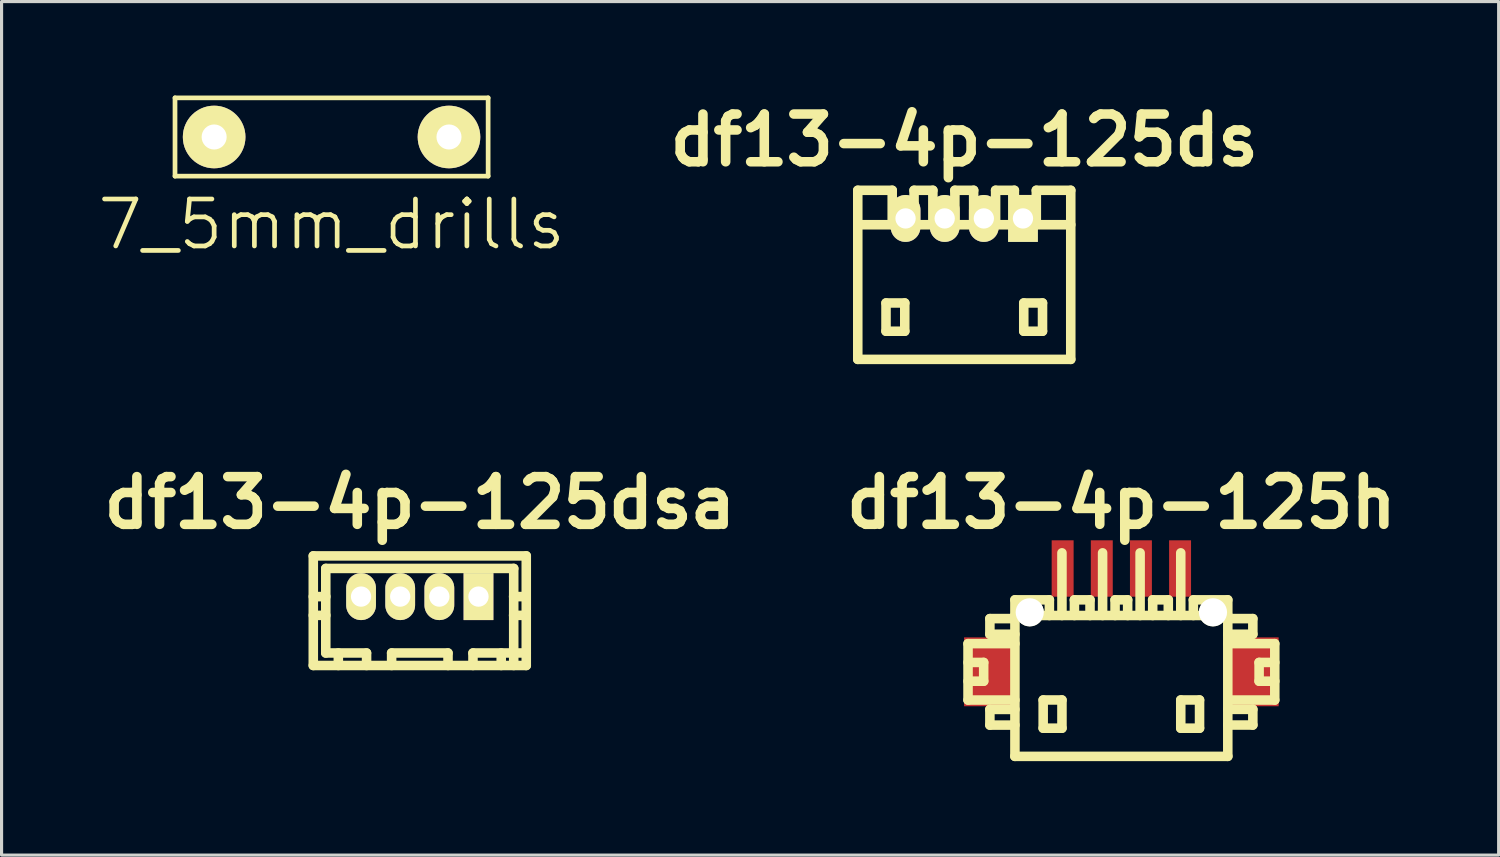
<source format=kicad_pcb>
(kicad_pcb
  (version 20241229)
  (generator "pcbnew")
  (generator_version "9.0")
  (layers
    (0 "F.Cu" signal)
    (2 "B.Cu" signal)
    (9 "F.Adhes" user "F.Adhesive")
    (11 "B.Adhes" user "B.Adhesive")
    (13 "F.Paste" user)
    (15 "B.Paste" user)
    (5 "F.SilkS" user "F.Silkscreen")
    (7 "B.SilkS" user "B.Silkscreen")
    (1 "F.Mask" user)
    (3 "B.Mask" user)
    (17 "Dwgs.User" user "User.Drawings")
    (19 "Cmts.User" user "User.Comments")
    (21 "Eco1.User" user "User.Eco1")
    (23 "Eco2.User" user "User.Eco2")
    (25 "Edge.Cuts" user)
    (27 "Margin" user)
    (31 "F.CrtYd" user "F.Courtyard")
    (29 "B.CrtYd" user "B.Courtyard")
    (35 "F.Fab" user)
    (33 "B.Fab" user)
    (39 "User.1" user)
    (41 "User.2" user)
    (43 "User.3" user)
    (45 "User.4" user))
  (footprint "df13-4p-125dsa"
    (layer "F.Cu")
    (at 10.356 16.003)
    (property "Reference" "df13-4p-125dsa" (at 0 -2.997 0) (layer "F.SilkS") (effects (font (size 1.524 1.524) (thickness 0.305))))
    (attr through_hole)
    (fp_line (start -3.401 -1.3) (end 3.401 -1.3) (stroke (width 0.305) (type solid)) (layer "F.SilkS"))
    (fp_line (start -3.401 2.2) (end -3.401 -1.3) (stroke (width 0.305) (type solid)) (layer "F.SilkS"))
    (fp_line (start -3.002 -0.899) (end -3.002 1.801) (stroke (width 0.305) (type solid)) (layer "F.SilkS"))
    (fp_line (start -3 0) (end -3.401 0) (stroke (width 0.305) (type solid)) (layer "F.SilkS"))
    (fp_line (start -3 0.599) (end -3.401 0.599) (stroke (width 0.305) (type solid)) (layer "F.SilkS"))
    (fp_line (start -2.601 1.801) (end -2.601 2.2) (stroke (width 0.305) (type solid)) (layer "F.SilkS"))
    (fp_line (start -1.999 -0.099) (end -1.801 -0.099) (stroke (width 0.305) (type solid)) (layer "F.SilkS"))
    (fp_line (start -1.999 0.099) (end -1.999 -0.099) (stroke (width 0.305) (type solid)) (layer "F.SilkS"))
    (fp_line (start -1.801 -0.099) (end -1.801 0.099) (stroke (width 0.305) (type solid)) (layer "F.SilkS"))
    (fp_line (start -1.801 0.099) (end -1.999 0.099) (stroke (width 0.305) (type solid)) (layer "F.SilkS"))
    (fp_line (start -1.702 1.801) (end -3.002 1.801) (stroke (width 0.305) (type solid)) (layer "F.SilkS"))
    (fp_line (start -1.699 1.801) (end -1.699 2.2) (stroke (width 0.305) (type solid)) (layer "F.SilkS"))
    (fp_line (start -0.899 1.801) (end 0.899 1.801) (stroke (width 0.305) (type solid)) (layer "F.SilkS"))
    (fp_line (start -0.899 2.2) (end -0.899 1.801) (stroke (width 0.305) (type solid)) (layer "F.SilkS"))
    (fp_line (start -0.701 -0.099) (end -0.5 -0.099) (stroke (width 0.305) (type solid)) (layer "F.SilkS"))
    (fp_line (start -0.701 0.099) (end -0.701 -0.099) (stroke (width 0.305) (type solid)) (layer "F.SilkS"))
    (fp_line (start -0.5 -0.099) (end -0.5 0.099) (stroke (width 0.305) (type solid)) (layer "F.SilkS"))
    (fp_line (start -0.5 0.099) (end -0.701 0.099) (stroke (width 0.305) (type solid)) (layer "F.SilkS"))
    (fp_line (start 0.5 -0.099) (end 0.5 0.099) (stroke (width 0.305) (type solid)) (layer "F.SilkS"))
    (fp_line (start 0.5 0.099) (end 0.701 0.099) (stroke (width 0.305) (type solid)) (layer "F.SilkS"))
    (fp_line (start 0.701 -0.099) (end 0.5 -0.099) (stroke (width 0.305) (type solid)) (layer "F.SilkS"))
    (fp_line (start 0.701 0.099) (end 0.701 -0.099) (stroke (width 0.305) (type solid)) (layer "F.SilkS"))
    (fp_line (start 0.902 2.2) (end 0.902 1.801) (stroke (width 0.305) (type solid)) (layer "F.SilkS"))
    (fp_line (start 1.699 1.801) (end 1.699 2.2) (stroke (width 0.305) (type solid)) (layer "F.SilkS"))
    (fp_line (start 1.699 1.801) (end 3.401 1.801) (stroke (width 0.305) (type solid)) (layer "F.SilkS"))
    (fp_line (start 1.801 -0.099) (end 1.801 0.099) (stroke (width 0.305) (type solid)) (layer "F.SilkS"))
    (fp_line (start 1.801 0.099) (end 1.999 0.099) (stroke (width 0.305) (type solid)) (layer "F.SilkS"))
    (fp_line (start 1.999 -0.099) (end 1.801 -0.099) (stroke (width 0.305) (type solid)) (layer "F.SilkS"))
    (fp_line (start 1.999 0.099) (end 1.999 -0.099) (stroke (width 0.305) (type solid)) (layer "F.SilkS"))
    (fp_line (start 2.601 1.801) (end 2.601 2.2) (stroke (width 0.305) (type solid)) (layer "F.SilkS"))
    (fp_line (start 2.997 0) (end 3.399 0) (stroke (width 0.305) (type solid)) (layer "F.SilkS"))
    (fp_line (start 3 -0.899) (end -3 -0.899) (stroke (width 0.305) (type solid)) (layer "F.SilkS"))
    (fp_line (start 3 -0.899) (end 3 2.2) (stroke (width 0.305) (type solid)) (layer "F.SilkS"))
    (fp_line (start 3.399 0.599) (end 2.997 0.599) (stroke (width 0.305) (type solid)) (layer "F.SilkS"))
    (fp_line (start 3.401 -1.3) (end 3.401 2.2) (stroke (width 0.305) (type solid)) (layer "F.SilkS"))
    (fp_line (start 3.401 2.2) (end -3.401 2.2) (stroke (width 0.305) (type solid)) (layer "F.SilkS"))
    (pad "1" thru_hole rect (at 1.875 0) (size 0.95 1.499) (drill 0.648) (layers "*.Cu" "*.Mask" "F.SilkS"))
    (pad "2" thru_hole oval (at 0.625 0) (size 0.95 1.499) (drill 0.648) (layers "*.Cu" "*.Mask" "F.SilkS"))
    (pad "3" thru_hole oval (at -0.625 0) (size 0.95 1.499) (drill 0.648) (layers "*.Cu" "*.Mask" "F.SilkS"))
    (pad "4" thru_hole oval (at -1.875 0) (size 0.95 1.499) (drill 0.648) (layers "*.Cu" "*.Mask" "F.SilkS")))
  (footprint "df13-4p-125ds"
    (layer "F.Cu")
    (at 27.745 5.727)
    (property "Reference" "df13-4p-125ds" (at 0 -4.3 0) (layer "F.SilkS") (effects (font (size 1.524 1.524) (thickness 0.305))))
    (attr through_hole)
    (fp_line (start -3.401 -1.6) (end 3.401 -1.6) (stroke (width 0.305) (type solid)) (layer "F.SilkS"))
    (fp_line (start -3.401 2.7) (end -3.401 -2.7) (stroke (width 0.305) (type solid)) (layer "F.SilkS"))
    (fp_line (start -3.401 2.7) (end 3.401 2.7) (stroke (width 0.305) (type solid)) (layer "F.SilkS"))
    (fp_line (start -2.499 0.899) (end -2.499 1.801) (stroke (width 0.305) (type solid)) (layer "F.SilkS"))
    (fp_line (start -2.499 1.801) (end -1.9 1.801) (stroke (width 0.305) (type solid)) (layer "F.SilkS"))
    (fp_line (start -2.301 -2.7) (end -3.401 -2.7) (stroke (width 0.305) (type solid)) (layer "F.SilkS"))
    (fp_line (start -2.301 -1.6) (end -2.301 -2.7) (stroke (width 0.305) (type solid)) (layer "F.SilkS"))
    (fp_line (start -1.9 0.899) (end -2.499 0.899) (stroke (width 0.305) (type solid)) (layer "F.SilkS"))
    (fp_line (start -1.9 1.801) (end -1.9 0.899) (stroke (width 0.305) (type solid)) (layer "F.SilkS"))
    (fp_line (start -1.603 -1.6) (end -1.603 -2.7) (stroke (width 0.305) (type solid)) (layer "F.SilkS"))
    (fp_line (start -1.003 -2.7) (end -1.603 -2.7) (stroke (width 0.305) (type solid)) (layer "F.SilkS"))
    (fp_line (start -1.003 -1.6) (end -1.003 -2.7) (stroke (width 0.305) (type solid)) (layer "F.SilkS"))
    (fp_line (start -0.3 -2.7) (end 0.3 -2.7) (stroke (width 0.305) (type solid)) (layer "F.SilkS"))
    (fp_line (start -0.3 -1.6) (end -0.3 -2.7) (stroke (width 0.305) (type solid)) (layer "F.SilkS"))
    (fp_line (start 0.3 -2.7) (end 0.3 -1.6) (stroke (width 0.305) (type solid)) (layer "F.SilkS"))
    (fp_line (start 1.001 -2.7) (end 1.6 -2.7) (stroke (width 0.305) (type solid)) (layer "F.SilkS"))
    (fp_line (start 1.001 -1.6) (end 1.001 -2.7) (stroke (width 0.305) (type solid)) (layer "F.SilkS"))
    (fp_line (start 1.6 -2.7) (end 1.6 -1.6) (stroke (width 0.305) (type solid)) (layer "F.SilkS"))
    (fp_line (start 1.9 0.899) (end 2.499 0.899) (stroke (width 0.305) (type solid)) (layer "F.SilkS"))
    (fp_line (start 1.9 1.801) (end 1.9 0.899) (stroke (width 0.305) (type solid)) (layer "F.SilkS"))
    (fp_line (start 2.301 -1.6) (end 2.301 -2.7) (stroke (width 0.305) (type solid)) (layer "F.SilkS"))
    (fp_line (start 2.499 0.899) (end 2.499 1.801) (stroke (width 0.305) (type solid)) (layer "F.SilkS"))
    (fp_line (start 2.499 1.801) (end 1.9 1.801) (stroke (width 0.305) (type solid)) (layer "F.SilkS"))
    (fp_line (start 3.401 -2.7) (end 2.301 -2.7) (stroke (width 0.305) (type solid)) (layer "F.SilkS"))
    (fp_line (start 3.401 2.7) (end 3.401 -2.7) (stroke (width 0.305) (type solid)) (layer "F.SilkS"))
    (pad "1" thru_hole rect (at 1.875 -1.801) (size 0.95 1.499) (drill 0.648) (layers "*.Cu" "*.Mask" "F.SilkS"))
    (pad "2" thru_hole oval (at 0.625 -1.801) (size 0.95 1.499) (drill 0.648) (layers "*.Cu" "*.Mask" "F.SilkS"))
    (pad "3" thru_hole oval (at -0.625 -1.801) (size 0.95 1.499) (drill 0.648) (layers "*.Cu" "*.Mask" "F.SilkS"))
    (pad "4" thru_hole oval (at -1.875 -1.801) (size 0.95 1.499) (drill 0.648) (layers "*.Cu" "*.Mask" "F.SilkS")))
  (footprint "7_5mm_drills"
    (layer "F.Cu")
    (at 7.539 1.325)
    (property "Reference" "7_5mm_drills" (at 0 2.794 0) (layer "F.SilkS") (effects (font (size 1.5 1.5) (thickness 0.15))))
    (attr through_hole)
    (fp_line (start -5 -1.25) (end 5 -1.25) (stroke (width 0.15) (type solid)) (layer "F.SilkS"))
    (fp_line (start -5 1.25) (end -5 -1.25) (stroke (width 0.15) (type solid)) (layer "F.SilkS"))
    (fp_line (start 5 -1.25) (end 5 1.25) (stroke (width 0.15) (type solid)) (layer "F.SilkS"))
    (fp_line (start 5 1.25) (end -5 1.25) (stroke (width 0.15) (type solid)) (layer "F.SilkS"))
    (pad "1" thru_hole circle (at 3.75 0) (size 1.999 1.999) (drill 0.8) (layers "*.Cu" "*.Mask" "F.SilkS"))
    (pad "2" thru_hole circle (at -3.75 0) (size 1.999 1.999) (drill 0.8) (layers "*.Cu" "*.Mask" "F.SilkS")))
  (footprint "df13-4p-125h"
    (layer "F.Cu")
    (at 32.762 18.606)
    (property "Reference" "df13-4p-125h" (at 0 -5.601 0) (layer "F.SilkS") (effects (font (size 1.524 1.524) (thickness 0.305))))
    (attr through_hole)
    (fp_line (start -4.897 -1.1) (end -4.897 0.701) (stroke (width 0.305) (type solid)) (layer "F.SilkS"))
    (fp_line (start -4.897 0.701) (end -3.399 0.701) (stroke (width 0.305) (type solid)) (layer "F.SilkS"))
    (fp_line (start -4.397 -0.5) (end -4.897 -0.5) (stroke (width 0.305) (type solid)) (layer "F.SilkS"))
    (fp_line (start -4.397 0.099) (end -4.897 0.099) (stroke (width 0.305) (type solid)) (layer "F.SilkS"))
    (fp_line (start -4.397 0.099) (end -4.397 -0.5) (stroke (width 0.305) (type solid)) (layer "F.SilkS"))
    (fp_line (start -4.199 -1.9) (end -4.199 -1.4) (stroke (width 0.305) (type solid)) (layer "F.SilkS"))
    (fp_line (start -4.199 -1.9) (end -3.399 -1.9) (stroke (width 0.305) (type solid)) (layer "F.SilkS"))
    (fp_line (start -4.199 1.001) (end -4.199 1.501) (stroke (width 0.305) (type solid)) (layer "F.SilkS"))
    (fp_line (start -4.199 1.501) (end -3.399 1.501) (stroke (width 0.305) (type solid)) (layer "F.SilkS"))
    (fp_line (start -3.401 -1.999) (end 3.401 -1.999) (stroke (width 0.305) (type solid)) (layer "F.SilkS"))
    (fp_line (start -3.401 2.499) (end 3.401 2.499) (stroke (width 0.305) (type solid)) (layer "F.SilkS"))
    (fp_line (start -3.399 -1.4) (end -4.199 -1.4) (stroke (width 0.305) (type solid)) (layer "F.SilkS"))
    (fp_line (start -3.399 -1.1) (end -4.897 -1.1) (stroke (width 0.305) (type solid)) (layer "F.SilkS"))
    (fp_line (start -3.399 1.001) (end -4.199 1.001) (stroke (width 0.305) (type solid)) (layer "F.SilkS"))
    (fp_line (start -3.399 2.499) (end -3.399 -2.499) (stroke (width 0.305) (type solid)) (layer "F.SilkS"))
    (fp_line (start -2.497 0.699) (end -2.497 1.6) (stroke (width 0.305) (type solid)) (layer "F.SilkS"))
    (fp_line (start -2.497 1.6) (end -1.897 1.6) (stroke (width 0.305) (type solid)) (layer "F.SilkS"))
    (fp_line (start -2.299 -2.499) (end -3.399 -2.499) (stroke (width 0.305) (type solid)) (layer "F.SilkS"))
    (fp_line (start -2.299 -2.499) (end -2.299 -1.999) (stroke (width 0.305) (type solid)) (layer "F.SilkS"))
    (fp_line (start -1.897 -4) (end -1.897 -1.999) (stroke (width 0.305) (type solid)) (layer "F.SilkS"))
    (fp_line (start -1.897 0.699) (end -2.497 0.699) (stroke (width 0.305) (type solid)) (layer "F.SilkS"))
    (fp_line (start -1.897 1.6) (end -1.897 0.699) (stroke (width 0.305) (type solid)) (layer "F.SilkS"))
    (fp_line (start -1.501 -2.499) (end -1.001 -2.499) (stroke (width 0.305) (type solid)) (layer "F.SilkS"))
    (fp_line (start -1.499 -1.999) (end -1.499 -2.499) (stroke (width 0.305) (type solid)) (layer "F.SilkS"))
    (fp_line (start -1.001 -2.499) (end -1.001 -1.999) (stroke (width 0.305) (type solid)) (layer "F.SilkS"))
    (fp_line (start -0.599 -1.999) (end -0.599 -4) (stroke (width 0.305) (type solid)) (layer "F.SilkS"))
    (fp_line (start -0.201 -2.499) (end -0.201 -1.999) (stroke (width 0.305) (type solid)) (layer "F.SilkS"))
    (fp_line (start 0.201 -2.499) (end -0.201 -2.499) (stroke (width 0.305) (type solid)) (layer "F.SilkS"))
    (fp_line (start 0.201 -2.499) (end 0.201 -1.999) (stroke (width 0.305) (type solid)) (layer "F.SilkS"))
    (fp_line (start 0.599 -1.999) (end 0.599 -4) (stroke (width 0.305) (type solid)) (layer "F.SilkS"))
    (fp_line (start 0.998 -2.499) (end 1.499 -2.499) (stroke (width 0.305) (type solid)) (layer "F.SilkS"))
    (fp_line (start 1.001 -1.999) (end 1.001 -2.499) (stroke (width 0.305) (type solid)) (layer "F.SilkS"))
    (fp_line (start 1.499 -2.499) (end 1.499 -1.999) (stroke (width 0.305) (type solid)) (layer "F.SilkS"))
    (fp_line (start 1.897 -1.999) (end 1.897 -4) (stroke (width 0.305) (type solid)) (layer "F.SilkS"))
    (fp_line (start 1.897 0.699) (end 2.497 0.699) (stroke (width 0.305) (type solid)) (layer "F.SilkS"))
    (fp_line (start 1.897 1.6) (end 1.897 0.699) (stroke (width 0.305) (type solid)) (layer "F.SilkS"))
    (fp_line (start 2.299 -2.499) (end 2.299 -1.999) (stroke (width 0.305) (type solid)) (layer "F.SilkS"))
    (fp_line (start 2.497 0.699) (end 2.497 1.6) (stroke (width 0.305) (type solid)) (layer "F.SilkS"))
    (fp_line (start 2.497 1.6) (end 1.897 1.6) (stroke (width 0.305) (type solid)) (layer "F.SilkS"))
    (fp_line (start 3.399 -2.499) (end 2.299 -2.499) (stroke (width 0.305) (type solid)) (layer "F.SilkS"))
    (fp_line (start 3.399 -2.499) (end 3.399 2.499) (stroke (width 0.305) (type solid)) (layer "F.SilkS"))
    (fp_line (start 3.399 -1.9) (end 4.199 -1.9) (stroke (width 0.305) (type solid)) (layer "F.SilkS"))
    (fp_line (start 3.399 0.998) (end 4.199 0.998) (stroke (width 0.305) (type solid)) (layer "F.SilkS"))
    (fp_line (start 4.199 -1.9) (end 4.199 -1.4) (stroke (width 0.305) (type solid)) (layer "F.SilkS"))
    (fp_line (start 4.199 -1.4) (end 3.399 -1.4) (stroke (width 0.305) (type solid)) (layer "F.SilkS"))
    (fp_line (start 4.199 0.998) (end 4.199 1.499) (stroke (width 0.305) (type solid)) (layer "F.SilkS"))
    (fp_line (start 4.199 1.499) (end 3.399 1.499) (stroke (width 0.305) (type solid)) (layer "F.SilkS"))
    (fp_line (start 4.399 0.099) (end 4.399 -0.5) (stroke (width 0.305) (type solid)) (layer "F.SilkS"))
    (fp_line (start 4.897 -1.1) (end 3.399 -1.1) (stroke (width 0.305) (type solid)) (layer "F.SilkS"))
    (fp_line (start 4.897 0.701) (end 3.498 0.701) (stroke (width 0.305) (type solid)) (layer "F.SilkS"))
    (fp_line (start 4.9 -1.1) (end 4.9 0.701) (stroke (width 0.305) (type solid)) (layer "F.SilkS"))
    (fp_line (start 4.9 -0.5) (end 4.399 -0.5) (stroke (width 0.305) (type solid)) (layer "F.SilkS"))
    (fp_line (start 4.9 0.099) (end 4.399 0.099) (stroke (width 0.305) (type solid)) (layer "F.SilkS"))
    (pad "" smd rect (at -4.224 -0.201) (size 1.6 2.2) (layers "F.Cu" "F.Mask" "F.Paste"))
    (pad "" np_thru_hole circle (at -2.926 -2.101) (size 0.899 0.899) (drill 0.899) (layers "*.Cu" "*.Mask" "F.SilkS"))
    (pad "" np_thru_hole circle (at 2.926 -2.101) (size 0.899 0.899) (drill 0.899) (layers "*.Cu" "*.Mask" "F.SilkS"))
    (pad "" smd rect (at 4.224 -0.201) (size 1.6 2.2) (layers "F.Cu" "F.Mask" "F.Paste"))
    (pad "1" smd rect (at 1.875 -3.5) (size 0.701 1.801) (layers "F.Cu" "F.Mask" "F.Paste"))
    (pad "2" smd rect (at 0.625 -3.5) (size 0.701 1.801) (layers "F.Cu" "F.Mask" "F.Paste"))
    (pad "3" smd rect (at -0.625 -3.5) (size 0.701 1.801) (layers "F.Cu" "F.Mask" "F.Paste"))
    (pad "4" smd rect (at -1.875 -3.5) (size 0.701 1.801) (layers "F.Cu" "F.Mask" "F.Paste")))
  (gr_rect
    (start -3 -3)
    (end 44.811 24.258)
    (stroke (width 0.1) (type default))
    (fill no)
    (layer "Edge.Cuts")))
</source>
